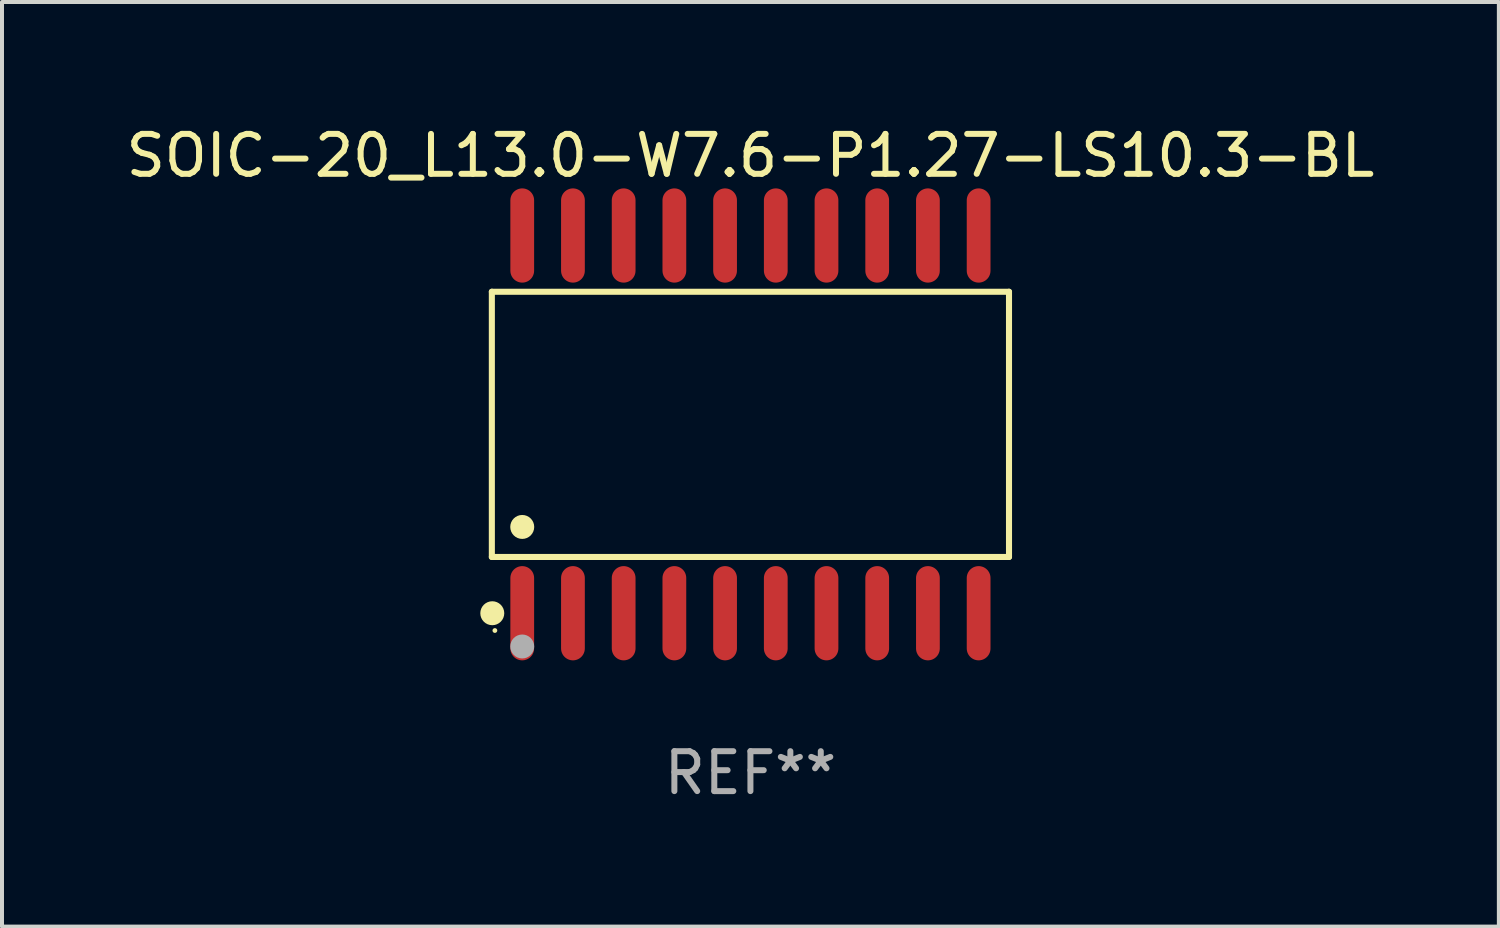
<source format=kicad_pcb>
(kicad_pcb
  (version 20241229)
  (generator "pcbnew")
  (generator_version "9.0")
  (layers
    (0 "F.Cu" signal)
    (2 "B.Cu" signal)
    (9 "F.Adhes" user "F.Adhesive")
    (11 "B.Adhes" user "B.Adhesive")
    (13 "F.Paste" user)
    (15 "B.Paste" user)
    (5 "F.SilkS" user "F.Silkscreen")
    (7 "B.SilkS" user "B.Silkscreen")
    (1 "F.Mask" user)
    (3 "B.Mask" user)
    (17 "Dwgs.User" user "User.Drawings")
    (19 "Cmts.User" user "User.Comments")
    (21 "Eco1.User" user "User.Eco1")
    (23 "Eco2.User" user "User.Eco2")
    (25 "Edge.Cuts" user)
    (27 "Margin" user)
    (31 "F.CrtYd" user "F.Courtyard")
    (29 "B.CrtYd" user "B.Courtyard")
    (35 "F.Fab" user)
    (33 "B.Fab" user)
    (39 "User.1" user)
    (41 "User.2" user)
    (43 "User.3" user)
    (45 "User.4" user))
  (footprint "SOIC-20_L13.0-W7.6-P1.27-LS10.3-BL"
    (layer "F.Cu")
    (at 15.744 7.578)
    (property "Reference" "SOIC-20_L13.0-W7.6-P1.27-LS10.3-BL" (at 0 -6.73 0) (layer "F.SilkS") (effects (font (size 1 1) (thickness 0.15))))
    (attr smd)
    (fp_line (start -6.476 -3.321) (end 6.476 -3.321) (stroke (width 0.152) (type solid)) (layer "F.SilkS"))
    (fp_line (start -6.476 3.321) (end -6.476 -3.321) (stroke (width 0.152) (type solid)) (layer "F.SilkS"))
    (fp_line (start 6.476 -3.321) (end 6.476 3.321) (stroke (width 0.152) (type solid)) (layer "F.SilkS"))
    (fp_line (start 6.476 3.321) (end -6.476 3.321) (stroke (width 0.152) (type solid)) (layer "F.SilkS"))
    (fp_circle (center -6.465 4.73) (end -6.315 4.73) (stroke (width 0.3) (type solid)) (fill no) (layer "F.SilkS"))
    (fp_circle (center -6.4 5.163) (end -6.37 5.163) (stroke (width 0.06) (type solid)) (fill no) (layer "F.SilkS"))
    (fp_circle (center -5.715 2.569) (end -5.565 2.569) (stroke (width 0.3) (type solid)) (fill no) (layer "F.SilkS"))
    (fp_circle (center -5.715 5.563) (end -5.565 5.563) (stroke (width 0.3) (type solid)) (fill no) (layer "F.Fab"))
    (fp_text user "REF**" (at 0 8.73 0) (layer "F.Fab") (effects (font (size 1 1) (thickness 0.15))))
    (pad "1" smd oval (at -5.715 4.73) (size 0.595 2.36) (layers "F.Cu" "F.Mask" "F.Paste"))
    (pad "2" smd oval (at -4.445 4.73) (size 0.595 2.36) (layers "F.Cu" "F.Mask" "F.Paste"))
    (pad "3" smd oval (at -3.175 4.73) (size 0.595 2.36) (layers "F.Cu" "F.Mask" "F.Paste"))
    (pad "4" smd oval (at -1.905 4.73) (size 0.595 2.36) (layers "F.Cu" "F.Mask" "F.Paste"))
    (pad "5" smd oval (at -0.635 4.73) (size 0.595 2.36) (layers "F.Cu" "F.Mask" "F.Paste"))
    (pad "6" smd oval (at 0.635 4.73) (size 0.595 2.36) (layers "F.Cu" "F.Mask" "F.Paste"))
    (pad "7" smd oval (at 1.905 4.73) (size 0.595 2.36) (layers "F.Cu" "F.Mask" "F.Paste"))
    (pad "8" smd oval (at 3.175 4.73) (size 0.595 2.36) (layers "F.Cu" "F.Mask" "F.Paste"))
    (pad "9" smd oval (at 4.445 4.73) (size 0.595 2.36) (layers "F.Cu" "F.Mask" "F.Paste"))
    (pad "10" smd oval (at 5.715 4.73) (size 0.595 2.36) (layers "F.Cu" "F.Mask" "F.Paste"))
    (pad "11" smd oval (at 5.715 -4.73) (size 0.595 2.36) (layers "F.Cu" "F.Mask" "F.Paste"))
    (pad "12" smd oval (at 4.445 -4.73) (size 0.595 2.36) (layers "F.Cu" "F.Mask" "F.Paste"))
    (pad "13" smd oval (at 3.175 -4.73) (size 0.595 2.36) (layers "F.Cu" "F.Mask" "F.Paste"))
    (pad "14" smd oval (at 1.905 -4.73) (size 0.595 2.36) (layers "F.Cu" "F.Mask" "F.Paste"))
    (pad "15" smd oval (at 0.635 -4.73) (size 0.595 2.36) (layers "F.Cu" "F.Mask" "F.Paste"))
    (pad "16" smd oval (at -0.635 -4.73) (size 0.595 2.36) (layers "F.Cu" "F.Mask" "F.Paste"))
    (pad "17" smd oval (at -1.905 -4.73) (size 0.595 2.36) (layers "F.Cu" "F.Mask" "F.Paste"))
    (pad "18" smd oval (at -3.175 -4.73) (size 0.595 2.36) (layers "F.Cu" "F.Mask" "F.Paste"))
    (pad "19" smd oval (at -4.445 -4.73) (size 0.595 2.36) (layers "F.Cu" "F.Mask" "F.Paste"))
    (pad "20" smd oval (at -5.715 -4.73) (size 0.595 2.36) (layers "F.Cu" "F.Mask" "F.Paste")))
  (gr_rect
    (start -3 -3)
    (end 34.488 20.156)
    (stroke (width 0.1) (type default))
    (fill no)
    (layer "Edge.Cuts")))
</source>
